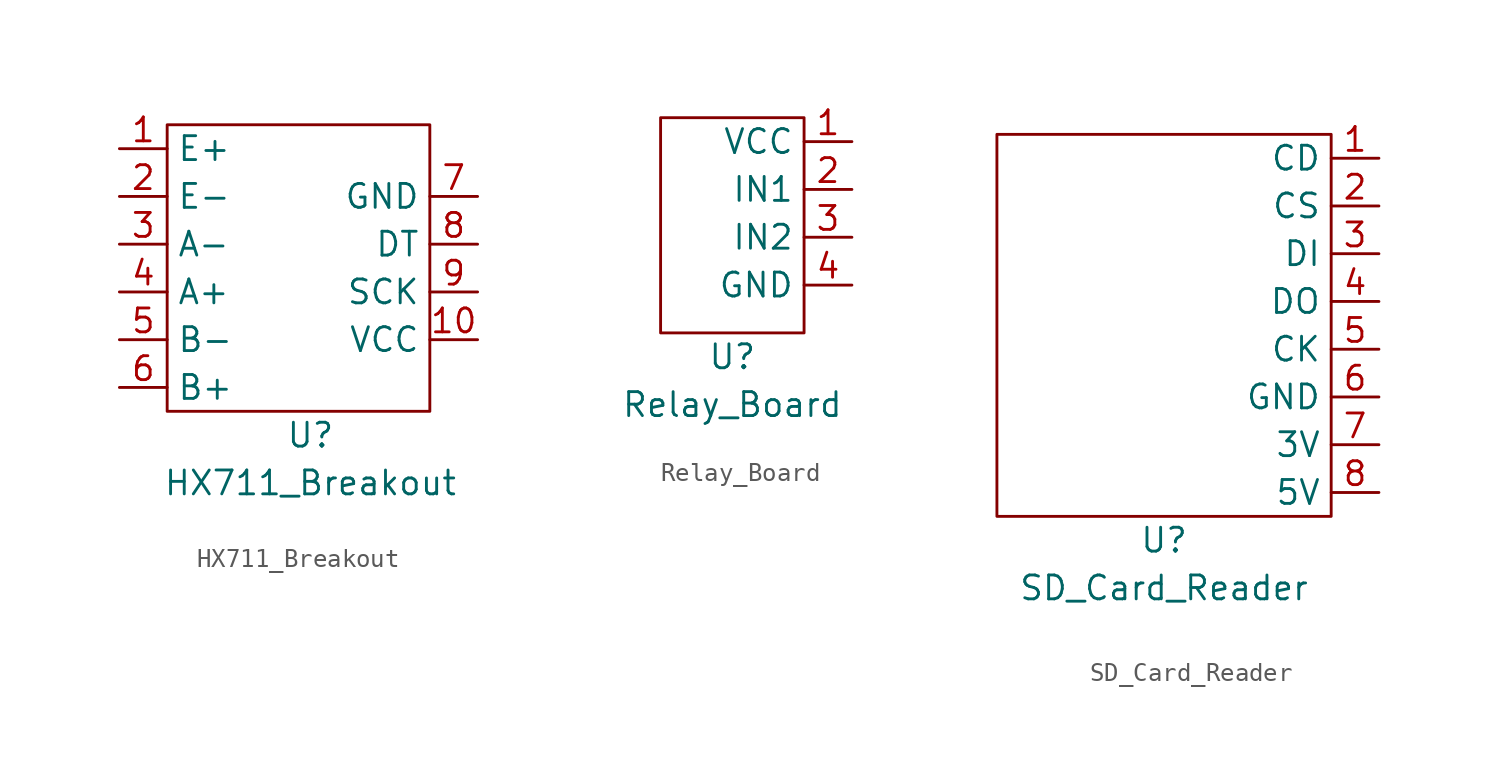
<source format=kicad_sym>
(kicad_symbol_lib
  (version 20211014)
  (generator kicad_symbol_editor)
  (symbol "HX711_Breakout"
    (property "Reference" "U"
      (at -1.27 -5.08 0)
      (effects (font (size 1.27 1.27))))
    (property "Value" "HX711_Breakout"
      (at -1.27 -7.62 0)
      (effects (font (size 1.27 1.27))))
    (symbol "HX711_Breakout_0_1"
      (rectangle (start -8.89 11.43) (end 5.08 -3.81) (stroke (width 0) (type default) (color 0 0 0 0)) (fill (type none))))
    (symbol "HX711_Breakout_1_1"
      (pin output line (at -11.43 10.16 0) (length 2.54) (name "E+" (effects (font (size 1.27 1.27)))) (number "1" (effects (font (size 1.27 1.27)))))
      (pin power_in line (at 7.62 0 180) (length 2.54) (name "VCC" (effects (font (size 1.27 1.27)))) (number "10" (effects (font (size 1.27 1.27)))))
      (pin output line (at -11.43 7.62 0) (length 2.54) (name "E-" (effects (font (size 1.27 1.27)))) (number "2" (effects (font (size 1.27 1.27)))))
      (pin input line (at -11.43 5.08 0) (length 2.54) (name "A-" (effects (font (size 1.27 1.27)))) (number "3" (effects (font (size 1.27 1.27)))))
      (pin input line (at -11.43 2.54 0) (length 2.54) (name "A+" (effects (font (size 1.27 1.27)))) (number "4" (effects (font (size 1.27 1.27)))))
      (pin output line (at -11.43 0 0) (length 2.54) (name "B-" (effects (font (size 1.27 1.27)))) (number "5" (effects (font (size 1.27 1.27)))))
      (pin output line (at -11.43 -2.54 0) (length 2.54) (name "B+" (effects (font (size 1.27 1.27)))) (number "6" (effects (font (size 1.27 1.27)))))
      (pin power_in line (at 7.62 7.62 180) (length 2.54) (name "GND" (effects (font (size 1.27 1.27)))) (number "7" (effects (font (size 1.27 1.27)))))
      (pin input line (at 7.62 5.08 180) (length 2.54) (name "DT" (effects (font (size 1.27 1.27)))) (number "8" (effects (font (size 1.27 1.27)))))
      (pin input line (at 7.62 2.54 180) (length 2.54) (name "SCK" (effects (font (size 1.27 1.27)))) (number "9" (effects (font (size 1.27 1.27)))))))
  (symbol "Relay_Board"
    (property "Reference" "U"
      (at 0 -3.81 0)
      (effects (font (size 1.27 1.27))))
    (property "Value" "Relay_Board"
      (at 0 -6.35 0)
      (effects (font (size 1.27 1.27))))
    (symbol "Relay_Board_0_1"
      (rectangle (start -3.81 8.89) (end 3.81 -2.54) (stroke (width 0) (type default) (color 0 0 0 0)) (fill (type none))))
    (symbol "Relay_Board_1_1"
      (pin power_in line (at 6.35 7.62 180) (length 2.54) (name "VCC" (effects (font (size 1.27 1.27)))) (number "1" (effects (font (size 1.27 1.27)))))
      (pin input line (at 6.35 5.08 180) (length 2.54) (name "IN1" (effects (font (size 1.27 1.27)))) (number "2" (effects (font (size 1.27 1.27)))))
      (pin input line (at 6.35 2.54 180) (length 2.54) (name "IN2" (effects (font (size 1.27 1.27)))) (number "3" (effects (font (size 1.27 1.27)))))
      (pin power_in line (at 6.35 0 180) (length 2.54) (name "GND" (effects (font (size 1.27 1.27)))) (number "4" (effects (font (size 1.27 1.27)))))))
  (symbol "SD_Card_Reader"
    (property "Reference" "U"
      (at 0 -6.35 0)
      (effects (font (size 1.27 1.27))))
    (property "Value" "SD_Card_Reader"
      (at 0 -8.89 0)
      (effects (font (size 1.27 1.27))))
    (symbol "SD_Card_Reader_0_1"
      (rectangle (start -8.89 15.24) (end 8.89 -5.08) (stroke (width 0) (type default) (color 0 0 0 0)) (fill (type none))))
    (symbol "SD_Card_Reader_1_1"
      (pin output line (at 11.43 13.97 180) (length 2.54) (name "CD" (effects (font (size 1.27 1.27)))) (number "1" (effects (font (size 1.27 1.27)))))
      (pin input line (at 11.43 11.43 180) (length 2.54) (name "CS" (effects (font (size 1.27 1.27)))) (number "2" (effects (font (size 1.27 1.27)))))
      (pin input line (at 11.43 8.89 180) (length 2.54) (name "DI" (effects (font (size 1.27 1.27)))) (number "3" (effects (font (size 1.27 1.27)))))
      (pin output line (at 11.43 6.35 180) (length 2.54) (name "DO" (effects (font (size 1.27 1.27)))) (number "4" (effects (font (size 1.27 1.27)))))
      (pin input line (at 11.43 3.81 180) (length 2.54) (name "CK" (effects (font (size 1.27 1.27)))) (number "5" (effects (font (size 1.27 1.27)))))
      (pin power_in line (at 11.43 1.27 180) (length 2.54) (name "GND" (effects (font (size 1.27 1.27)))) (number "6" (effects (font (size 1.27 1.27)))))
      (pin power_in line (at 11.43 -1.27 180) (length 2.54) (name "3V" (effects (font (size 1.27 1.27)))) (number "7" (effects (font (size 1.27 1.27)))))
      (pin power_out line (at 11.43 -3.81 180) (length 2.54) (name "5V" (effects (font (size 1.27 1.27)))) (number "8" (effects (font (size 1.27 1.27))))))))
</source>
